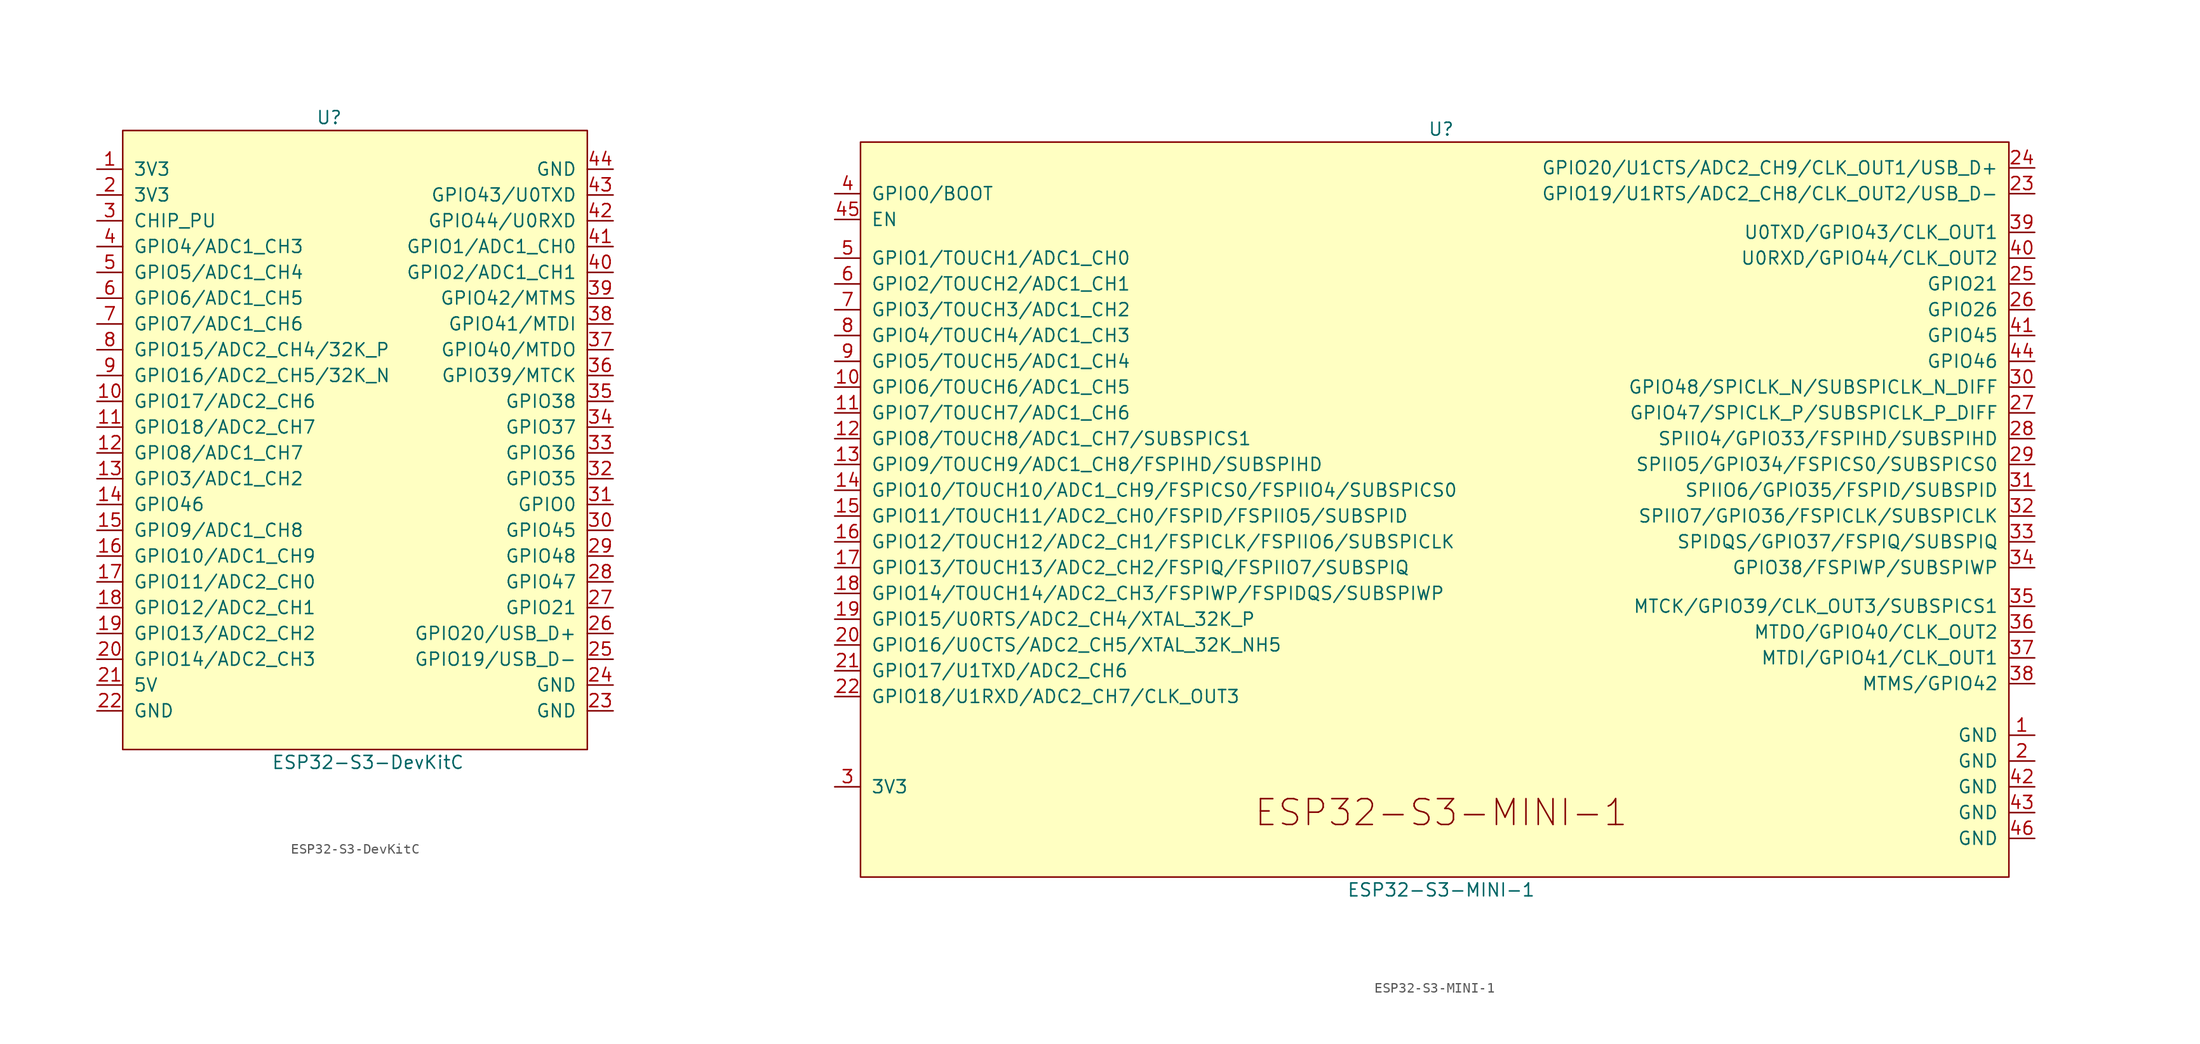
<source format=kicad_sym>
(kicad_symbol_lib
  (version 20211014)
  (generator kicad_symbol_editor)
  (symbol "ESP32-S3-DevKitC"
    (pin_names
      (offset 1.016))
    (property "Reference" "U"
      (at -2.54 30.48 0)
      (effects (font (size 1.27 1.27))))
    (property "Value" "ESP32-S3-DevKitC"
      (at 1.27 -33.02 0)
      (effects (font (size 1.27 1.27))))
    (symbol "ESP32-S3-DevKitC_0_0"
      (pin bidirectional line (at -25.4 -7.62 0) (length 2.54) (name "GPIO46" (effects (font (size 1.27 1.27)))) (number "14" (effects (font (size 1.27 1.27)))))
      (pin bidirectional line (at -25.4 -20.32 0) (length 2.54) (name "GPIO13/ADC2_CH2" (effects (font (size 1.27 1.27)))) (number "19" (effects (font (size 1.27 1.27)))))
      (pin power_in line (at -25.4 22.86 0) (length 2.54) (name "3V3" (effects (font (size 1.27 1.27)))) (number "2" (effects (font (size 1.27 1.27)))))
      (pin bidirectional line (at 25.4 12.7 180) (length 2.54) (name "GPIO42/MTMS" (effects (font (size 1.27 1.27)))) (number "39" (effects (font (size 1.27 1.27)))))
      (pin bidirectional line (at 25.4 15.24 180) (length 2.54) (name "GPIO2/ADC1_CH1" (effects (font (size 1.27 1.27)))) (number "40" (effects (font (size 1.27 1.27)))))
      (pin bidirectional line (at 25.4 17.78 180) (length 2.54) (name "GPIO1/ADC1_CH0" (effects (font (size 1.27 1.27)))) (number "41" (effects (font (size 1.27 1.27)))))
      (pin bidirectional line (at 25.4 20.32 180) (length 2.54) (name "GPIO44/U0RXD" (effects (font (size 1.27 1.27)))) (number "42" (effects (font (size 1.27 1.27)))))
      (pin bidirectional line (at 25.4 22.86 180) (length 2.54) (name "GPIO43/U0TXD" (effects (font (size 1.27 1.27)))) (number "43" (effects (font (size 1.27 1.27)))))
      (pin power_in line (at 25.4 25.4 180) (length 2.54) (name "GND" (effects (font (size 1.27 1.27)))) (number "44" (effects (font (size 1.27 1.27))))))
    (symbol "ESP32-S3-DevKitC_0_1"
      (rectangle (start 22.86 -31.75) (end -22.86 29.21) (stroke (width 0) (type default) (color 0 0 0 0)) (fill (type background))))
    (symbol "ESP32-S3-DevKitC_1_1"
      (pin power_in line (at -25.4 25.4 0) (length 2.54) (name "3V3" (effects (font (size 1.27 1.27)))) (number "1" (effects (font (size 1.27 1.27)))))
      (pin bidirectional line (at -25.4 2.54 0) (length 2.54) (name "GPIO17/ADC2_CH6" (effects (font (size 1.27 1.27)))) (number "10" (effects (font (size 1.27 1.27)))))
      (pin bidirectional line (at -25.4 0 0) (length 2.54) (name "GPIO18/ADC2_CH7" (effects (font (size 1.27 1.27)))) (number "11" (effects (font (size 1.27 1.27)))))
      (pin bidirectional line (at -25.4 -2.54 0) (length 2.54) (name "GPIO8/ADC1_CH7" (effects (font (size 1.27 1.27)))) (number "12" (effects (font (size 1.27 1.27)))))
      (pin bidirectional line (at -25.4 -5.08 0) (length 2.54) (name "GPIO3/ADC1_CH2" (effects (font (size 1.27 1.27)))) (number "13" (effects (font (size 1.27 1.27)))))
      (pin bidirectional line (at -25.4 -10.16 0) (length 2.54) (name "GPIO9/ADC1_CH8" (effects (font (size 1.27 1.27)))) (number "15" (effects (font (size 1.27 1.27)))))
      (pin bidirectional line (at -25.4 -12.7 0) (length 2.54) (name "GPIO10/ADC1_CH9" (effects (font (size 1.27 1.27)))) (number "16" (effects (font (size 1.27 1.27)))))
      (pin bidirectional line (at -25.4 -15.24 0) (length 2.54) (name "GPIO11/ADC2_CH0" (effects (font (size 1.27 1.27)))) (number "17" (effects (font (size 1.27 1.27)))))
      (pin bidirectional line (at -25.4 -17.78 0) (length 2.54) (name "GPIO12/ADC2_CH1" (effects (font (size 1.27 1.27)))) (number "18" (effects (font (size 1.27 1.27)))))
      (pin bidirectional line (at -25.4 -22.86 0) (length 2.54) (name "GPIO14/ADC2_CH3" (effects (font (size 1.27 1.27)))) (number "20" (effects (font (size 1.27 1.27)))))
      (pin power_in line (at -25.4 -25.4 0) (length 2.54) (name "5V" (effects (font (size 1.27 1.27)))) (number "21" (effects (font (size 1.27 1.27)))))
      (pin power_in line (at -25.4 -27.94 0) (length 2.54) (name "GND" (effects (font (size 1.27 1.27)))) (number "22" (effects (font (size 1.27 1.27)))))
      (pin power_in line (at 25.4 -27.94 180) (length 2.54) (name "GND" (effects (font (size 1.27 1.27)))) (number "23" (effects (font (size 1.27 1.27)))))
      (pin power_in line (at 25.4 -25.4 180) (length 2.54) (name "GND" (effects (font (size 1.27 1.27)))) (number "24" (effects (font (size 1.27 1.27)))))
      (pin bidirectional line (at 25.4 -22.86 180) (length 2.54) (name "GPIO19/USB_D-" (effects (font (size 1.27 1.27)))) (number "25" (effects (font (size 1.27 1.27)))))
      (pin bidirectional line (at 25.4 -20.32 180) (length 2.54) (name "GPIO20/USB_D+" (effects (font (size 1.27 1.27)))) (number "26" (effects (font (size 1.27 1.27)))))
      (pin bidirectional line (at 25.4 -17.78 180) (length 2.54) (name "GPIO21" (effects (font (size 1.27 1.27)))) (number "27" (effects (font (size 1.27 1.27)))))
      (pin bidirectional line (at 25.4 -15.24 180) (length 2.54) (name "GPIO47" (effects (font (size 1.27 1.27)))) (number "28" (effects (font (size 1.27 1.27)))))
      (pin bidirectional line (at 25.4 -12.7 180) (length 2.54) (name "GPIO48" (effects (font (size 1.27 1.27)))) (number "29" (effects (font (size 1.27 1.27)))))
      (pin input line (at -25.4 20.32 0) (length 2.54) (name "CHIP_PU" (effects (font (size 1.27 1.27)))) (number "3" (effects (font (size 1.27 1.27)))))
      (pin bidirectional line (at 25.4 -10.16 180) (length 2.54) (name "GPIO45" (effects (font (size 1.27 1.27)))) (number "30" (effects (font (size 1.27 1.27)))))
      (pin bidirectional line (at 25.4 -7.62 180) (length 2.54) (name "GPIO0" (effects (font (size 1.27 1.27)))) (number "31" (effects (font (size 1.27 1.27)))))
      (pin bidirectional line (at 25.4 -5.08 180) (length 2.54) (name "GPIO35" (effects (font (size 1.27 1.27)))) (number "32" (effects (font (size 1.27 1.27)))))
      (pin bidirectional line (at 25.4 -2.54 180) (length 2.54) (name "GPIO36" (effects (font (size 1.27 1.27)))) (number "33" (effects (font (size 1.27 1.27)))))
      (pin bidirectional line (at 25.4 0 180) (length 2.54) (name "GPIO37" (effects (font (size 1.27 1.27)))) (number "34" (effects (font (size 1.27 1.27)))))
      (pin bidirectional line (at 25.4 2.54 180) (length 2.54) (name "GPIO38" (effects (font (size 1.27 1.27)))) (number "35" (effects (font (size 1.27 1.27)))))
      (pin bidirectional line (at 25.4 5.08 180) (length 2.54) (name "GPIO39/MTCK" (effects (font (size 1.27 1.27)))) (number "36" (effects (font (size 1.27 1.27)))))
      (pin bidirectional line (at 25.4 7.62 180) (length 2.54) (name "GPIO40/MTDO" (effects (font (size 1.27 1.27)))) (number "37" (effects (font (size 1.27 1.27)))))
      (pin bidirectional line (at 25.4 10.16 180) (length 2.54) (name "GPIO41/MTDI" (effects (font (size 1.27 1.27)))) (number "38" (effects (font (size 1.27 1.27)))))
      (pin bidirectional line (at -25.4 17.78 0) (length 2.54) (name "GPIO4/ADC1_CH3" (effects (font (size 1.27 1.27)))) (number "4" (effects (font (size 1.27 1.27)))))
      (pin bidirectional line (at -25.4 15.24 0) (length 2.54) (name "GPIO5/ADC1_CH4" (effects (font (size 1.27 1.27)))) (number "5" (effects (font (size 1.27 1.27)))))
      (pin bidirectional line (at -25.4 12.7 0) (length 2.54) (name "GPIO6/ADC1_CH5" (effects (font (size 1.27 1.27)))) (number "6" (effects (font (size 1.27 1.27)))))
      (pin bidirectional line (at -25.4 10.16 0) (length 2.54) (name "GPIO7/ADC1_CH6" (effects (font (size 1.27 1.27)))) (number "7" (effects (font (size 1.27 1.27)))))
      (pin bidirectional line (at -25.4 7.62 0) (length 2.54) (name "GPIO15/ADC2_CH4/32K_P" (effects (font (size 1.27 1.27)))) (number "8" (effects (font (size 1.27 1.27)))))
      (pin bidirectional line (at -25.4 5.08 0) (length 2.54) (name "GPIO16/ADC2_CH5/32K_N" (effects (font (size 1.27 1.27)))) (number "9" (effects (font (size 1.27 1.27)))))))
  (symbol "ESP32-S3-MINI-1"
    (pin_names
      (offset 1.016))
    (property "Reference" "U"
      (at 0 35.56 0)
      (effects (font (size 1.27 1.27))))
    (property "Value" "ESP32-S3-MINI-1"
      (at 0 -39.37 0)
      (effects (font (size 1.27 1.27))))
    (symbol "ESP32-S3-MINI-1_0_0"
      (rectangle (start -57.15 34.29) (end 55.88 -38.1) (stroke (width 0) (type default) (color 0 0 0 0)) (fill (type background)))
      (text "ESP32-S3-MINI-1" (at 0 -31.75 0) (effects (font (size 2.54 2.54))))
      (pin power_in line (at 58.42 -24.13 180) (length 2.54) (name "GND" (effects (font (size 1.27 1.27)))) (number "1" (effects (font (size 1.27 1.27)))))
      (pin bidirectional line (at -59.69 10.16 0) (length 2.54) (name "GPIO6/TOUCH6/ADC1_CH5" (effects (font (size 1.27 1.27)))) (number "10" (effects (font (size 1.27 1.27)))))
      (pin bidirectional line (at -59.69 7.62 0) (length 2.54) (name "GPIO7/TOUCH7/ADC1_CH6" (effects (font (size 1.27 1.27)))) (number "11" (effects (font (size 1.27 1.27)))))
      (pin bidirectional line (at -59.69 5.08 0) (length 2.54) (name "GPIO8/TOUCH8/ADC1_CH7/SUBSPICS1" (effects (font (size 1.27 1.27)))) (number "12" (effects (font (size 1.27 1.27)))))
      (pin bidirectional line (at -59.69 2.54 0) (length 2.54) (name "GPIO9/TOUCH9/ADC1_CH8/FSPIHD/SUBSPIHD" (effects (font (size 1.27 1.27)))) (number "13" (effects (font (size 1.27 1.27)))))
      (pin bidirectional line (at -59.69 0 0) (length 2.54) (name "GPIO10/TOUCH10/ADC1_CH9/FSPICS0/FSPIIO4/SUBSPICS0" (effects (font (size 1.27 1.27)))) (number "14" (effects (font (size 1.27 1.27)))))
      (pin bidirectional line (at -59.69 -2.54 0) (length 2.54) (name "GPIO11/TOUCH11/ADC2_CH0/FSPID/FSPIIO5/SUBSPID" (effects (font (size 1.27 1.27)))) (number "15" (effects (font (size 1.27 1.27)))))
      (pin bidirectional line (at -59.69 -5.08 0) (length 2.54) (name "GPIO12/TOUCH12/ADC2_CH1/FSPICLK/FSPIIO6/SUBSPICLK" (effects (font (size 1.27 1.27)))) (number "16" (effects (font (size 1.27 1.27)))))
      (pin bidirectional line (at -59.69 -7.62 0) (length 2.54) (name "GPIO13/TOUCH13/ADC2_CH2/FSPIQ/FSPIIO7/SUBSPIQ" (effects (font (size 1.27 1.27)))) (number "17" (effects (font (size 1.27 1.27)))))
      (pin bidirectional line (at -59.69 -10.16 0) (length 2.54) (name "GPIO14/TOUCH14/ADC2_CH3/FSPIWP/FSPIDQS/SUBSPIWP" (effects (font (size 1.27 1.27)))) (number "18" (effects (font (size 1.27 1.27)))))
      (pin bidirectional line (at -59.69 -12.7 0) (length 2.54) (name "GPIO15/U0RTS/ADC2_CH4/XTAL_32K_P" (effects (font (size 1.27 1.27)))) (number "19" (effects (font (size 1.27 1.27)))))
      (pin power_in line (at 58.42 -26.67 180) (length 2.54) (name "GND" (effects (font (size 1.27 1.27)))) (number "2" (effects (font (size 1.27 1.27)))))
      (pin bidirectional line (at -59.69 -15.24 0) (length 2.54) (name "GPIO16/U0CTS/ADC2_CH5/XTAL_32K_NH5" (effects (font (size 1.27 1.27)))) (number "20" (effects (font (size 1.27 1.27)))))
      (pin bidirectional line (at -59.69 -17.78 0) (length 2.54) (name "GPIO17/U1TXD/ADC2_CH6" (effects (font (size 1.27 1.27)))) (number "21" (effects (font (size 1.27 1.27)))))
      (pin bidirectional line (at -59.69 -20.32 0) (length 2.54) (name "GPIO18/U1RXD/ADC2_CH7/CLK_OUT3" (effects (font (size 1.27 1.27)))) (number "22" (effects (font (size 1.27 1.27)))))
      (pin bidirectional line (at 58.42 29.21 180) (length 2.54) (name "GPIO19/U1RTS/ADC2_CH8/CLK_OUT2/USB_D-" (effects (font (size 1.27 1.27)))) (number "23" (effects (font (size 1.27 1.27)))))
      (pin bidirectional line (at 58.42 31.75 180) (length 2.54) (name "GPIO20/U1CTS/ADC2_CH9/CLK_OUT1/USB_D+" (effects (font (size 1.27 1.27)))) (number "24" (effects (font (size 1.27 1.27)))))
      (pin bidirectional line (at 58.42 20.32 180) (length 2.54) (name "GPIO21" (effects (font (size 1.27 1.27)))) (number "25" (effects (font (size 1.27 1.27)))))
      (pin bidirectional line (at 58.42 17.78 180) (length 2.54) (name "GPIO26" (effects (font (size 1.27 1.27)))) (number "26" (effects (font (size 1.27 1.27)))))
      (pin bidirectional line (at 58.42 7.62 180) (length 2.54) (name "GPIO47/SPICLK_P/SUBSPICLK_P_DIFF" (effects (font (size 1.27 1.27)))) (number "27" (effects (font (size 1.27 1.27)))))
      (pin bidirectional line (at 58.42 5.08 180) (length 2.54) (name "SPIIO4/GPIO33/FSPIHD/SUBSPIHD" (effects (font (size 1.27 1.27)))) (number "28" (effects (font (size 1.27 1.27)))))
      (pin bidirectional line (at 58.42 2.54 180) (length 2.54) (name "SPIIO5/GPIO34/FSPICS0/SUBSPICS0" (effects (font (size 1.27 1.27)))) (number "29" (effects (font (size 1.27 1.27)))))
      (pin power_in line (at -59.69 -29.21 0) (length 2.54) (name "3V3" (effects (font (size 1.27 1.27)))) (number "3" (effects (font (size 1.27 1.27)))))
      (pin bidirectional line (at 58.42 10.16 180) (length 2.54) (name "GPIO48/SPICLK_N/SUBSPICLK_N_DIFF" (effects (font (size 1.27 1.27)))) (number "30" (effects (font (size 1.27 1.27)))))
      (pin bidirectional line (at 58.42 0 180) (length 2.54) (name "SPIIO6/GPIO35/FSPID/SUBSPID" (effects (font (size 1.27 1.27)))) (number "31" (effects (font (size 1.27 1.27)))))
      (pin bidirectional line (at 58.42 -2.54 180) (length 2.54) (name "SPIIO7/GPIO36/FSPICLK/SUBSPICLK" (effects (font (size 1.27 1.27)))) (number "32" (effects (font (size 1.27 1.27)))))
      (pin bidirectional line (at 58.42 -5.08 180) (length 2.54) (name "SPIDQS/GPIO37/FSPIQ/SUBSPIQ" (effects (font (size 1.27 1.27)))) (number "33" (effects (font (size 1.27 1.27)))))
      (pin bidirectional line (at 58.42 -7.62 180) (length 2.54) (name "GPIO38/FSPIWP/SUBSPIWP" (effects (font (size 1.27 1.27)))) (number "34" (effects (font (size 1.27 1.27)))))
      (pin bidirectional line (at 58.42 -11.43 180) (length 2.54) (name "MTCK/GPIO39/CLK_OUT3/SUBSPICS1" (effects (font (size 1.27 1.27)))) (number "35" (effects (font (size 1.27 1.27)))))
      (pin bidirectional line (at 58.42 -13.97 180) (length 2.54) (name "MTDO/GPIO40/CLK_OUT2" (effects (font (size 1.27 1.27)))) (number "36" (effects (font (size 1.27 1.27)))))
      (pin bidirectional line (at 58.42 -16.51 180) (length 2.54) (name "MTDI/GPIO41/CLK_OUT1" (effects (font (size 1.27 1.27)))) (number "37" (effects (font (size 1.27 1.27)))))
      (pin bidirectional line (at 58.42 -19.05 180) (length 2.54) (name "MTMS/GPIO42" (effects (font (size 1.27 1.27)))) (number "38" (effects (font (size 1.27 1.27)))))
      (pin bidirectional line (at 58.42 25.4 180) (length 2.54) (name "U0TXD/GPIO43/CLK_OUT1" (effects (font (size 1.27 1.27)))) (number "39" (effects (font (size 1.27 1.27)))))
      (pin bidirectional line (at -59.69 29.21 0) (length 2.54) (name "GPIO0/BOOT" (effects (font (size 1.27 1.27)))) (number "4" (effects (font (size 1.27 1.27)))))
      (pin bidirectional line (at 58.42 22.86 180) (length 2.54) (name "U0RXD/GPIO44/CLK_OUT2" (effects (font (size 1.27 1.27)))) (number "40" (effects (font (size 1.27 1.27)))))
      (pin bidirectional line (at 58.42 15.24 180) (length 2.54) (name "GPIO45" (effects (font (size 1.27 1.27)))) (number "41" (effects (font (size 1.27 1.27)))))
      (pin power_in line (at 58.42 -29.21 180) (length 2.54) (name "GND" (effects (font (size 1.27 1.27)))) (number "42" (effects (font (size 1.27 1.27)))))
      (pin power_in line (at 58.42 -31.75 180) (length 2.54) (name "GND" (effects (font (size 1.27 1.27)))) (number "43" (effects (font (size 1.27 1.27)))))
      (pin bidirectional line (at 58.42 12.7 180) (length 2.54) (name "GPIO46" (effects (font (size 1.27 1.27)))) (number "44" (effects (font (size 1.27 1.27)))))
      (pin input line (at -59.69 26.67 0) (length 2.54) (name "EN" (effects (font (size 1.27 1.27)))) (number "45" (effects (font (size 1.27 1.27)))))
      (pin power_in line (at 58.42 -34.29 180) (length 2.54) (name "GND" (effects (font (size 1.27 1.27)))) (number "46" (effects (font (size 1.27 1.27)))))
      (pin bidirectional line (at -59.69 22.86 0) (length 2.54) (name "GPIO1/TOUCH1/ADC1_CH0" (effects (font (size 1.27 1.27)))) (number "5" (effects (font (size 1.27 1.27)))))
      (pin bidirectional line (at -59.69 20.32 0) (length 2.54) (name "GPIO2/TOUCH2/ADC1_CH1" (effects (font (size 1.27 1.27)))) (number "6" (effects (font (size 1.27 1.27)))))
      (pin bidirectional line (at -59.69 17.78 0) (length 2.54) (name "GPIO3/TOUCH3/ADC1_CH2" (effects (font (size 1.27 1.27)))) (number "7" (effects (font (size 1.27 1.27)))))
      (pin bidirectional line (at -59.69 15.24 0) (length 2.54) (name "GPIO4/TOUCH4/ADC1_CH3" (effects (font (size 1.27 1.27)))) (number "8" (effects (font (size 1.27 1.27)))))
      (pin bidirectional line (at -59.69 12.7 0) (length 2.54) (name "GPIO5/TOUCH5/ADC1_CH4" (effects (font (size 1.27 1.27)))) (number "9" (effects (font (size 1.27 1.27))))))))
</source>
